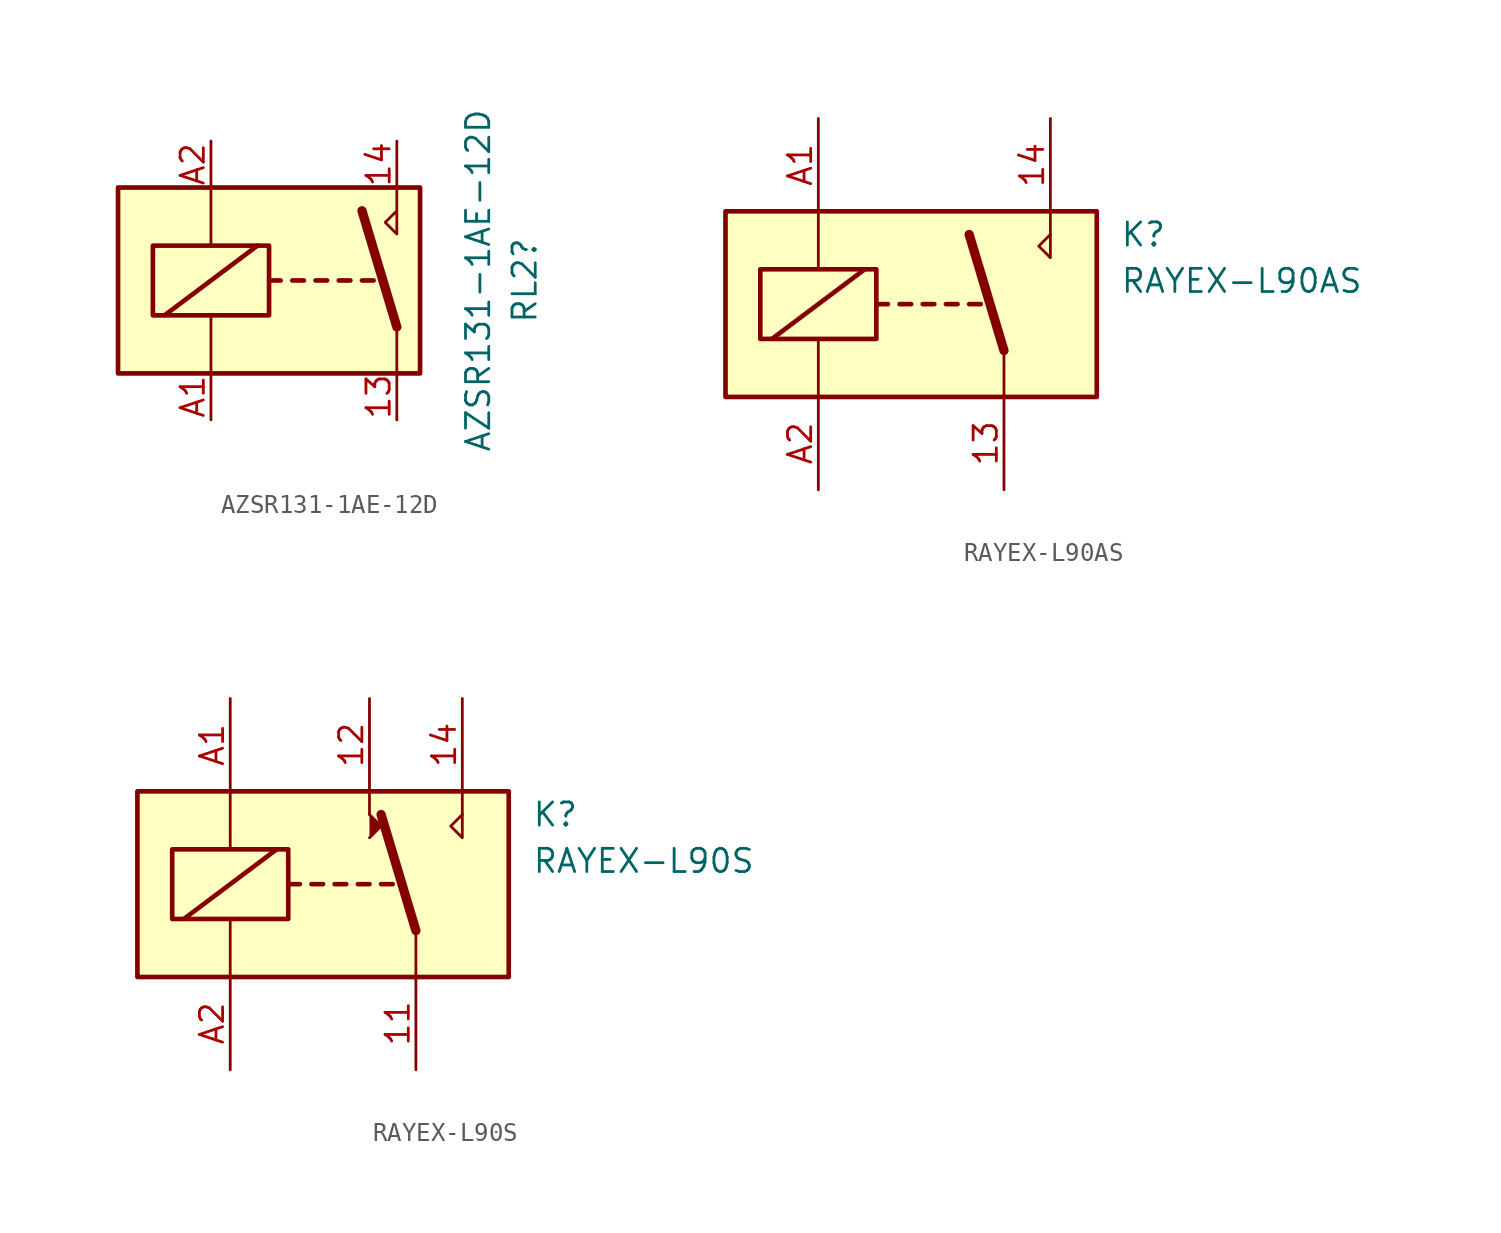
<source format=kicad_sym>
(kicad_symbol_lib
  (version 20241209)
  (generator "kicad_symbol_editor")
  (generator_version "9.0")
  (symbol "AZSR131-1AE-12D"
    (property "Reference" "RL2"
      (at 12.065 0 90)
      (effects (font (size 1.27 1.27))))
    (property "Value" "AZSR131-1AE-12D"
      (at 9.525 0 90)
      (effects (font (size 1.27 1.27))))
    (symbol "AZSR131-1AE-12D_0_0"
      (polyline (pts (xy 5.08 5.08) (xy 5.08 2.54) (xy 4.445 3.175) (xy 5.08 3.81)) (stroke (width 0) (type default)) (fill (type none))))
    (symbol "AZSR131-1AE-12D_0_1"
      (rectangle (start -10.16 5.08) (end 6.35 -5.08) (stroke (width 0.254) (type default)) (fill (type background)))
      (rectangle (start -8.255 1.905) (end -1.905 -1.905) (stroke (width 0.254) (type default)) (fill (type none)))
      (polyline (pts (xy -7.62 -1.905) (xy -2.54 1.905)) (stroke (width 0.254) (type default)) (fill (type none)))
      (polyline (pts (xy -5.08 5.08) (xy -5.08 1.905)) (stroke (width 0) (type default)) (fill (type none)))
      (polyline (pts (xy -5.08 -5.08) (xy -5.08 -1.905)) (stroke (width 0) (type default)) (fill (type none)))
      (polyline (pts (xy -1.905 0) (xy -1.27 0)) (stroke (width 0.254) (type default)) (fill (type none)))
      (polyline (pts (xy -0.635 0) (xy 0 0)) (stroke (width 0.254) (type default)) (fill (type none)))
      (polyline (pts (xy 0.635 0) (xy 1.27 0)) (stroke (width 0.254) (type default)) (fill (type none)))
      (polyline (pts (xy 1.905 0) (xy 2.54 0)) (stroke (width 0.254) (type default)) (fill (type none)))
      (polyline (pts (xy 3.175 0) (xy 3.81 0)) (stroke (width 0.254) (type default)) (fill (type none)))
      (polyline (pts (xy 5.08 -2.54) (xy 3.175 3.81)) (stroke (width 0.508) (type default)) (fill (type none)))
      (polyline (pts (xy 5.08 -2.54) (xy 5.08 -5.08)) (stroke (width 0) (type default)) (fill (type none))))
    (symbol "AZSR131-1AE-12D_1_1"
      (pin passive line (at -5.08 7.62 270) (length 2.54) (name "~" (effects (font (size 1.27 1.27)))) (number "A2" (effects (font (size 1.27 1.27)))))
      (pin passive line (at -5.08 -7.62 90) (length 2.54) (name "~" (effects (font (size 1.27 1.27)))) (number "A1" (effects (font (size 1.27 1.27)))))
      (pin passive line (at 5.08 7.62 270) (length 2.54) (name "~" (effects (font (size 1.27 1.27)))) (number "14" (effects (font (size 1.27 1.27)))))
      (pin passive line (at 5.08 -7.62 90) (length 2.54) (name "~" (effects (font (size 1.27 1.27)))) (number "13" (effects (font (size 1.27 1.27)))))))
  (symbol "RAYEX-L90AS"
    (property "Reference" "K"
      (at 11.43 3.81 0)
      (effects (font (size 1.27 1.27)) (justify left)))
    (property "Value" "RAYEX-L90AS"
      (at 11.43 1.27 0)
      (effects (font (size 1.27 1.27)) (justify left)))
    (symbol "RAYEX-L90AS_1_0"
      (polyline (pts (xy 7.62 3.81) (xy 7.62 5.08)) (stroke (width 0) (type default)) (fill (type none)))
      (polyline (pts (xy 7.62 3.81) (xy 7.62 2.54) (xy 6.985 3.175) (xy 7.62 3.81)) (stroke (width 0) (type default)) (fill (type none))))
    (symbol "RAYEX-L90AS_1_1"
      (rectangle (start -10.16 5.08) (end 10.16 -5.08) (stroke (width 0.254) (type default)) (fill (type background)))
      (rectangle (start -8.255 1.905) (end -1.905 -1.905) (stroke (width 0.254) (type default)) (fill (type none)))
      (polyline (pts (xy -7.62 -1.905) (xy -2.54 1.905)) (stroke (width 0.254) (type default)) (fill (type none)))
      (polyline (pts (xy -5.08 5.08) (xy -5.08 1.905)) (stroke (width 0) (type default)) (fill (type none)))
      (polyline (pts (xy -5.08 -5.08) (xy -5.08 -1.905)) (stroke (width 0) (type default)) (fill (type none)))
      (polyline (pts (xy -1.905 0) (xy -1.27 0)) (stroke (width 0.254) (type default)) (fill (type none)))
      (polyline (pts (xy -0.635 0) (xy 0 0)) (stroke (width 0.254) (type default)) (fill (type none)))
      (polyline (pts (xy 0.635 0) (xy 1.27 0)) (stroke (width 0.254) (type default)) (fill (type none)))
      (polyline (pts (xy 1.905 0) (xy 2.54 0)) (stroke (width 0.254) (type default)) (fill (type none)))
      (polyline (pts (xy 3.175 0) (xy 3.81 0)) (stroke (width 0.254) (type default)) (fill (type none)))
      (polyline (pts (xy 5.08 -2.54) (xy 3.175 3.81)) (stroke (width 0.508) (type default)) (fill (type none)))
      (polyline (pts (xy 5.08 -2.54) (xy 5.08 -5.08)) (stroke (width 0) (type default)) (fill (type none)))
      (pin passive line (at -5.08 10.16 270) (length 5.08) (name "~" (effects (font (size 1.27 1.27)))) (number "A1" (effects (font (size 1.27 1.27)))))
      (pin passive line (at -5.08 -10.16 90) (length 5.08) (name "~" (effects (font (size 1.27 1.27)))) (number "A2" (effects (font (size 1.27 1.27)))))
      (pin passive line (at 5.08 -10.16 90) (length 5.08) (name "~" (effects (font (size 1.27 1.27)))) (number "13" (effects (font (size 1.27 1.27)))))
      (pin passive line (at 7.62 10.16 270) (length 5.08) (name "~" (effects (font (size 1.27 1.27)))) (number "14" (effects (font (size 1.27 1.27)))))))
  (symbol "RAYEX-L90S"
    (property "Reference" "K"
      (at 11.43 3.81 0)
      (effects (font (size 1.27 1.27)) (justify left)))
    (property "Value" "RAYEX-L90S"
      (at 11.43 1.27 0)
      (effects (font (size 1.27 1.27)) (justify left)))
    (symbol "RAYEX-L90S_1_0"
      (polyline (pts (xy 2.54 3.81) (xy 2.54 5.08)) (stroke (width 0) (type default)) (fill (type none)))
      (polyline (pts (xy 7.62 3.81) (xy 7.62 5.08)) (stroke (width 0) (type default)) (fill (type none)))
      (polyline (pts (xy 7.62 3.81) (xy 7.62 2.54) (xy 6.985 3.175) (xy 7.62 3.81)) (stroke (width 0) (type default)) (fill (type none))))
    (symbol "RAYEX-L90S_1_1"
      (rectangle (start -10.16 5.08) (end 10.16 -5.08) (stroke (width 0.254) (type default)) (fill (type background)))
      (rectangle (start -8.255 1.905) (end -1.905 -1.905) (stroke (width 0.254) (type default)) (fill (type none)))
      (polyline (pts (xy -7.62 -1.905) (xy -2.54 1.905)) (stroke (width 0.254) (type default)) (fill (type none)))
      (polyline (pts (xy -5.08 5.08) (xy -5.08 1.905)) (stroke (width 0) (type default)) (fill (type none)))
      (polyline (pts (xy -5.08 -5.08) (xy -5.08 -1.905)) (stroke (width 0) (type default)) (fill (type none)))
      (polyline (pts (xy -1.905 0) (xy -1.27 0)) (stroke (width 0.254) (type default)) (fill (type none)))
      (polyline (pts (xy -0.635 0) (xy 0 0)) (stroke (width 0.254) (type default)) (fill (type none)))
      (polyline (pts (xy 0.635 0) (xy 1.27 0)) (stroke (width 0.254) (type default)) (fill (type none)))
      (polyline (pts (xy 1.905 0) (xy 2.54 0)) (stroke (width 0.254) (type default)) (fill (type none)))
      (polyline (pts (xy 2.54 2.54) (xy 3.175 3.175) (xy 2.54 3.81)) (stroke (width 0) (type default)) (fill (type outline)))
      (polyline (pts (xy 3.175 0) (xy 3.81 0)) (stroke (width 0.254) (type default)) (fill (type none)))
      (polyline (pts (xy 5.08 -2.54) (xy 3.175 3.81)) (stroke (width 0.508) (type default)) (fill (type none)))
      (polyline (pts (xy 5.08 -2.54) (xy 5.08 -5.08)) (stroke (width 0) (type default)) (fill (type none)))
      (pin passive line (at -5.08 10.16 270) (length 5.08) (name "~" (effects (font (size 1.27 1.27)))) (number "A1" (effects (font (size 1.27 1.27)))))
      (pin passive line (at -5.08 -10.16 90) (length 5.08) (name "~" (effects (font (size 1.27 1.27)))) (number "A2" (effects (font (size 1.27 1.27)))))
      (pin passive line (at 2.54 10.16 270) (length 5.08) (name "~" (effects (font (size 1.27 1.27)))) (number "12" (effects (font (size 1.27 1.27)))))
      (pin passive line (at 5.08 -10.16 90) (length 5.08) (name "~" (effects (font (size 1.27 1.27)))) (number "11" (effects (font (size 1.27 1.27)))))
      (pin passive line (at 7.62 10.16 270) (length 5.08) (name "~" (effects (font (size 1.27 1.27)))) (number "14" (effects (font (size 1.27 1.27))))))))
</source>
